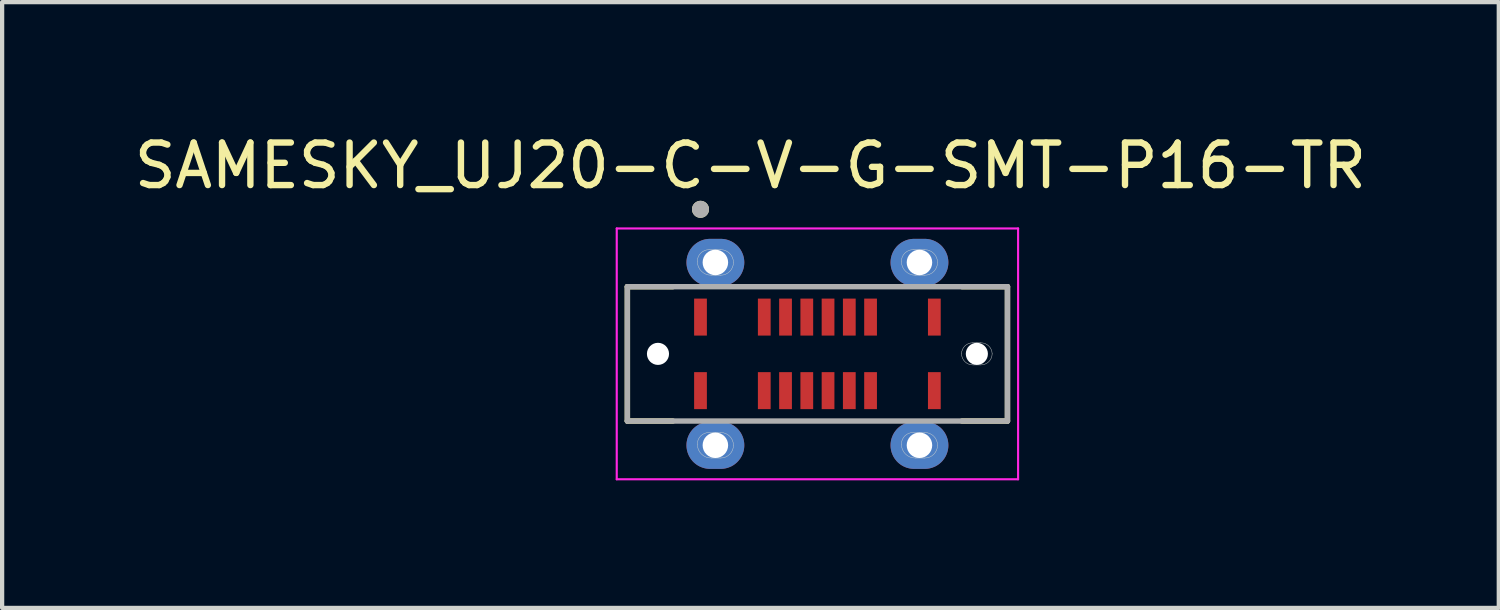
<source format=kicad_pcb>
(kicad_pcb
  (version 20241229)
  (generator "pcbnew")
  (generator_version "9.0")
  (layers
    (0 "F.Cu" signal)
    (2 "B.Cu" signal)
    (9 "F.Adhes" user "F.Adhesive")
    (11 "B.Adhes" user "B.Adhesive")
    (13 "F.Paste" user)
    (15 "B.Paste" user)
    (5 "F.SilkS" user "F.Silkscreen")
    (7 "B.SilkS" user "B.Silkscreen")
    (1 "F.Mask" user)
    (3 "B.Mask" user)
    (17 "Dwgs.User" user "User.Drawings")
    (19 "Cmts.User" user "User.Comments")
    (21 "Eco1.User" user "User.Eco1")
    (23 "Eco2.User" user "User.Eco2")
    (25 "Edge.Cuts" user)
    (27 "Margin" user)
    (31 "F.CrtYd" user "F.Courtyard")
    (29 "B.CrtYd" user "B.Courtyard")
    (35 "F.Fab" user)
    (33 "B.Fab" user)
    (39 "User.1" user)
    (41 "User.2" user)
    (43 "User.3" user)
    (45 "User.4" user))
  (footprint "SAMESKY_UJ20-C-V-G-SMT-P16-TR"
    (layer "F.Cu")
    (at 16.176 5.273)
    (property "Reference" "SAMESKY_UJ20-C-V-G-SMT-P16-TR" (at -1.575 -4.425 0) (layer "F.SilkS") (effects (font (size 1 1) (thickness 0.15))))
    (attr smd)
    (fp_poly (pts (xy 3.75 -0.36) (xy 3.66 -0.36) (xy 3.641 -0.36) (xy 3.622 -0.358) (xy 3.604 -0.356) (xy 3.585 -0.352) (xy 3.567 -0.348) (xy 3.549 -0.342) (xy 3.531 -0.336) (xy 3.514 -0.329) (xy 3.497 -0.321) (xy 3.48 -0.312) (xy 3.464 -0.302) (xy 3.448 -0.291) (xy 3.433 -0.28) (xy 3.419 -0.268) (xy 3.405 -0.255) (xy 3.392 -0.241) (xy 3.38 -0.227) (xy 3.369 -0.212) (xy 3.358 -0.196) (xy 3.348 -0.18) (xy 3.339 -0.163) (xy 3.331 -0.146) (xy 3.324 -0.129) (xy 3.318 -0.111) (xy 3.312 -0.093) (xy 3.308 -0.075) (xy 3.304 -0.056) (xy 3.302 -0.038) (xy 3.3 -0.019) (xy 3.3 0) (xy 3.3 0.019) (xy 3.302 0.038) (xy 3.304 0.056) (xy 3.308 0.075) (xy 3.312 0.093) (xy 3.318 0.111) (xy 3.324 0.129) (xy 3.331 0.146) (xy 3.339 0.163) (xy 3.348 0.18) (xy 3.358 0.196) (xy 3.369 0.212) (xy 3.38 0.227) (xy 3.392 0.241) (xy 3.405 0.255) (xy 3.419 0.268) (xy 3.433 0.28) (xy 3.448 0.291) (xy 3.464 0.302) (xy 3.48 0.312) (xy 3.497 0.321) (xy 3.514 0.329) (xy 3.531 0.336) (xy 3.549 0.342) (xy 3.567 0.348) (xy 3.585 0.352) (xy 3.604 0.356) (xy 3.622 0.358) (xy 3.641 0.36) (xy 3.66 0.36) (xy 3.75 0.36) (xy 3.84 0.36) (xy 3.859 0.36) (xy 3.878 0.358) (xy 3.896 0.356) (xy 3.915 0.352) (xy 3.933 0.348) (xy 3.951 0.342) (xy 3.969 0.336) (xy 3.986 0.329) (xy 4.003 0.321) (xy 4.02 0.312) (xy 4.036 0.302) (xy 4.052 0.291) (xy 4.067 0.28) (xy 4.081 0.268) (xy 4.095 0.255) (xy 4.108 0.241) (xy 4.12 0.227) (xy 4.131 0.212) (xy 4.142 0.196) (xy 4.152 0.18) (xy 4.161 0.163) (xy 4.169 0.146) (xy 4.176 0.129) (xy 4.182 0.111) (xy 4.188 0.093) (xy 4.192 0.075) (xy 4.196 0.056) (xy 4.198 0.038) (xy 4.2 0.019) (xy 4.2 0) (xy 4.2 -0.019) (xy 4.198 -0.038) (xy 4.196 -0.056) (xy 4.192 -0.075) (xy 4.188 -0.093) (xy 4.182 -0.111) (xy 4.176 -0.129) (xy 4.169 -0.146) (xy 4.161 -0.163) (xy 4.152 -0.18) (xy 4.142 -0.196) (xy 4.131 -0.212) (xy 4.12 -0.227) (xy 4.108 -0.241) (xy 4.095 -0.255) (xy 4.081 -0.268) (xy 4.067 -0.28) (xy 4.052 -0.291) (xy 4.036 -0.302) (xy 4.02 -0.312) (xy 4.003 -0.321) (xy 3.986 -0.329) (xy 3.969 -0.336) (xy 3.951 -0.342) (xy 3.933 -0.348) (xy 3.915 -0.352) (xy 3.896 -0.356) (xy 3.878 -0.358) (xy 3.859 -0.36) (xy 3.84 -0.36) (xy 3.75 -0.36)) (stroke (width 0.01) (type solid)) (fill yes) (layer "F.Mask"))
    (fp_poly (pts (xy -2.4 -2.8) (xy -2.525 -2.8) (xy -2.559 -2.799) (xy -2.593 -2.796) (xy -2.627 -2.792) (xy -2.66 -2.786) (xy -2.693 -2.778) (xy -2.726 -2.768) (xy -2.758 -2.757) (xy -2.789 -2.744) (xy -2.82 -2.729) (xy -2.85 -2.713) (xy -2.879 -2.695) (xy -2.907 -2.676) (xy -2.934 -2.655) (xy -2.96 -2.633) (xy -2.985 -2.61) (xy -3.008 -2.585) (xy -3.03 -2.559) (xy -3.051 -2.532) (xy -3.07 -2.504) (xy -3.088 -2.475) (xy -3.104 -2.445) (xy -3.119 -2.414) (xy -3.132 -2.383) (xy -3.143 -2.351) (xy -3.153 -2.318) (xy -3.161 -2.285) (xy -3.167 -2.252) (xy -3.171 -2.218) (xy -3.174 -2.184) (xy -3.175 -2.15) (xy -3.174 -2.116) (xy -3.171 -2.082) (xy -3.167 -2.048) (xy -3.161 -2.015) (xy -3.153 -1.982) (xy -3.143 -1.949) (xy -3.132 -1.917) (xy -3.119 -1.886) (xy -3.104 -1.855) (xy -3.088 -1.825) (xy -3.07 -1.796) (xy -3.051 -1.768) (xy -3.03 -1.741) (xy -3.008 -1.715) (xy -2.985 -1.69) (xy -2.96 -1.667) (xy -2.934 -1.645) (xy -2.907 -1.624) (xy -2.879 -1.605) (xy -2.85 -1.587) (xy -2.82 -1.571) (xy -2.789 -1.556) (xy -2.758 -1.543) (xy -2.726 -1.532) (xy -2.693 -1.522) (xy -2.66 -1.514) (xy -2.627 -1.508) (xy -2.593 -1.504) (xy -2.559 -1.501) (xy -2.525 -1.5) (xy -2.425 -1.5) (xy -2.4 -1.5) (xy -2.275 -1.5) (xy -2.241 -1.501) (xy -2.207 -1.504) (xy -2.173 -1.508) (xy -2.14 -1.514) (xy -2.107 -1.522) (xy -2.074 -1.532) (xy -2.042 -1.543) (xy -2.011 -1.556) (xy -1.98 -1.571) (xy -1.95 -1.587) (xy -1.921 -1.605) (xy -1.893 -1.624) (xy -1.866 -1.645) (xy -1.84 -1.667) (xy -1.815 -1.69) (xy -1.792 -1.715) (xy -1.77 -1.741) (xy -1.749 -1.768) (xy -1.73 -1.796) (xy -1.712 -1.825) (xy -1.696 -1.855) (xy -1.681 -1.886) (xy -1.668 -1.917) (xy -1.657 -1.949) (xy -1.647 -1.982) (xy -1.639 -2.015) (xy -1.633 -2.048) (xy -1.629 -2.082) (xy -1.626 -2.116) (xy -1.625 -2.15) (xy -1.626 -2.184) (xy -1.629 -2.218) (xy -1.633 -2.252) (xy -1.639 -2.285) (xy -1.647 -2.318) (xy -1.657 -2.351) (xy -1.668 -2.383) (xy -1.681 -2.414) (xy -1.696 -2.445) (xy -1.712 -2.475) (xy -1.73 -2.504) (xy -1.749 -2.532) (xy -1.77 -2.559) (xy -1.792 -2.585) (xy -1.815 -2.61) (xy -1.84 -2.633) (xy -1.866 -2.655) (xy -1.893 -2.676) (xy -1.921 -2.695) (xy -1.95 -2.713) (xy -1.98 -2.729) (xy -2.011 -2.744) (xy -2.042 -2.757) (xy -2.074 -2.768) (xy -2.107 -2.778) (xy -2.14 -2.786) (xy -2.173 -2.792) (xy -2.207 -2.796) (xy -2.241 -2.799) (xy -2.275 -2.8) (xy -2.4 -2.8)) (stroke (width 0.01) (type solid)) (fill yes) (layer "F.Mask"))
    (fp_poly (pts (xy -2.4 1.5) (xy -2.525 1.5) (xy -2.559 1.501) (xy -2.593 1.504) (xy -2.627 1.508) (xy -2.66 1.514) (xy -2.693 1.522) (xy -2.726 1.532) (xy -2.758 1.543) (xy -2.789 1.556) (xy -2.82 1.571) (xy -2.85 1.587) (xy -2.879 1.605) (xy -2.907 1.624) (xy -2.934 1.645) (xy -2.96 1.667) (xy -2.985 1.69) (xy -3.008 1.715) (xy -3.03 1.741) (xy -3.051 1.768) (xy -3.07 1.796) (xy -3.088 1.825) (xy -3.104 1.855) (xy -3.119 1.886) (xy -3.132 1.917) (xy -3.143 1.949) (xy -3.153 1.982) (xy -3.161 2.015) (xy -3.167 2.048) (xy -3.171 2.082) (xy -3.174 2.116) (xy -3.175 2.15) (xy -3.174 2.184) (xy -3.171 2.218) (xy -3.167 2.252) (xy -3.161 2.285) (xy -3.153 2.318) (xy -3.143 2.351) (xy -3.132 2.383) (xy -3.119 2.414) (xy -3.104 2.445) (xy -3.088 2.475) (xy -3.07 2.504) (xy -3.051 2.532) (xy -3.03 2.559) (xy -3.008 2.585) (xy -2.985 2.61) (xy -2.96 2.633) (xy -2.934 2.655) (xy -2.907 2.676) (xy -2.879 2.695) (xy -2.85 2.713) (xy -2.82 2.729) (xy -2.789 2.744) (xy -2.758 2.757) (xy -2.726 2.768) (xy -2.693 2.778) (xy -2.66 2.786) (xy -2.627 2.792) (xy -2.593 2.796) (xy -2.559 2.799) (xy -2.525 2.8) (xy -2.425 2.8) (xy -2.4 2.8) (xy -2.275 2.8) (xy -2.241 2.799) (xy -2.207 2.796) (xy -2.173 2.792) (xy -2.14 2.786) (xy -2.107 2.778) (xy -2.074 2.768) (xy -2.042 2.757) (xy -2.011 2.744) (xy -1.98 2.729) (xy -1.95 2.713) (xy -1.921 2.695) (xy -1.893 2.676) (xy -1.866 2.655) (xy -1.84 2.633) (xy -1.815 2.61) (xy -1.792 2.585) (xy -1.77 2.559) (xy -1.749 2.532) (xy -1.73 2.504) (xy -1.712 2.475) (xy -1.696 2.445) (xy -1.681 2.414) (xy -1.668 2.383) (xy -1.657 2.351) (xy -1.647 2.318) (xy -1.639 2.285) (xy -1.633 2.252) (xy -1.629 2.218) (xy -1.626 2.184) (xy -1.625 2.15) (xy -1.626 2.116) (xy -1.629 2.082) (xy -1.633 2.048) (xy -1.639 2.015) (xy -1.647 1.982) (xy -1.657 1.949) (xy -1.668 1.917) (xy -1.681 1.886) (xy -1.696 1.855) (xy -1.712 1.825) (xy -1.73 1.796) (xy -1.749 1.768) (xy -1.77 1.741) (xy -1.792 1.715) (xy -1.815 1.69) (xy -1.84 1.667) (xy -1.866 1.645) (xy -1.893 1.624) (xy -1.921 1.605) (xy -1.95 1.587) (xy -1.98 1.571) (xy -2.011 1.556) (xy -2.042 1.543) (xy -2.074 1.532) (xy -2.107 1.522) (xy -2.14 1.514) (xy -2.173 1.508) (xy -2.207 1.504) (xy -2.241 1.501) (xy -2.275 1.5) (xy -2.4 1.5)) (stroke (width 0.01) (type solid)) (fill yes) (layer "F.Mask"))
    (fp_poly (pts (xy 2.4 -2.8) (xy 2.275 -2.8) (xy 2.241 -2.799) (xy 2.207 -2.796) (xy 2.173 -2.792) (xy 2.14 -2.786) (xy 2.107 -2.778) (xy 2.074 -2.768) (xy 2.042 -2.757) (xy 2.011 -2.744) (xy 1.98 -2.729) (xy 1.95 -2.713) (xy 1.921 -2.695) (xy 1.893 -2.676) (xy 1.866 -2.655) (xy 1.84 -2.633) (xy 1.815 -2.61) (xy 1.792 -2.585) (xy 1.77 -2.559) (xy 1.749 -2.532) (xy 1.73 -2.504) (xy 1.712 -2.475) (xy 1.696 -2.445) (xy 1.681 -2.414) (xy 1.668 -2.383) (xy 1.657 -2.351) (xy 1.647 -2.318) (xy 1.639 -2.285) (xy 1.633 -2.252) (xy 1.629 -2.218) (xy 1.626 -2.184) (xy 1.625 -2.15) (xy 1.626 -2.116) (xy 1.629 -2.082) (xy 1.633 -2.048) (xy 1.639 -2.015) (xy 1.647 -1.982) (xy 1.657 -1.949) (xy 1.668 -1.917) (xy 1.681 -1.886) (xy 1.696 -1.855) (xy 1.712 -1.825) (xy 1.73 -1.796) (xy 1.749 -1.768) (xy 1.77 -1.741) (xy 1.792 -1.715) (xy 1.815 -1.69) (xy 1.84 -1.667) (xy 1.866 -1.645) (xy 1.893 -1.624) (xy 1.921 -1.605) (xy 1.95 -1.587) (xy 1.98 -1.571) (xy 2.011 -1.556) (xy 2.042 -1.543) (xy 2.074 -1.532) (xy 2.107 -1.522) (xy 2.14 -1.514) (xy 2.173 -1.508) (xy 2.207 -1.504) (xy 2.241 -1.501) (xy 2.275 -1.5) (xy 2.375 -1.5) (xy 2.4 -1.5) (xy 2.525 -1.5) (xy 2.559 -1.501) (xy 2.593 -1.504) (xy 2.627 -1.508) (xy 2.66 -1.514) (xy 2.693 -1.522) (xy 2.726 -1.532) (xy 2.758 -1.543) (xy 2.789 -1.556) (xy 2.82 -1.571) (xy 2.85 -1.587) (xy 2.879 -1.605) (xy 2.907 -1.624) (xy 2.934 -1.645) (xy 2.96 -1.667) (xy 2.985 -1.69) (xy 3.008 -1.715) (xy 3.03 -1.741) (xy 3.051 -1.768) (xy 3.07 -1.796) (xy 3.088 -1.825) (xy 3.104 -1.855) (xy 3.119 -1.886) (xy 3.132 -1.917) (xy 3.143 -1.949) (xy 3.153 -1.982) (xy 3.161 -2.015) (xy 3.167 -2.048) (xy 3.171 -2.082) (xy 3.174 -2.116) (xy 3.175 -2.15) (xy 3.174 -2.184) (xy 3.171 -2.218) (xy 3.167 -2.252) (xy 3.161 -2.285) (xy 3.153 -2.318) (xy 3.143 -2.351) (xy 3.132 -2.383) (xy 3.119 -2.414) (xy 3.104 -2.445) (xy 3.088 -2.475) (xy 3.07 -2.504) (xy 3.051 -2.532) (xy 3.03 -2.559) (xy 3.008 -2.585) (xy 2.985 -2.61) (xy 2.96 -2.633) (xy 2.934 -2.655) (xy 2.907 -2.676) (xy 2.879 -2.695) (xy 2.85 -2.713) (xy 2.82 -2.729) (xy 2.789 -2.744) (xy 2.758 -2.757) (xy 2.726 -2.768) (xy 2.693 -2.778) (xy 2.66 -2.786) (xy 2.627 -2.792) (xy 2.593 -2.796) (xy 2.559 -2.799) (xy 2.525 -2.8) (xy 2.4 -2.8)) (stroke (width 0.01) (type solid)) (fill yes) (layer "F.Mask"))
    (fp_poly (pts (xy 2.4 1.5) (xy 2.275 1.5) (xy 2.241 1.501) (xy 2.207 1.504) (xy 2.173 1.508) (xy 2.14 1.514) (xy 2.107 1.522) (xy 2.074 1.532) (xy 2.042 1.543) (xy 2.011 1.556) (xy 1.98 1.571) (xy 1.95 1.587) (xy 1.921 1.605) (xy 1.893 1.624) (xy 1.866 1.645) (xy 1.84 1.667) (xy 1.815 1.69) (xy 1.792 1.715) (xy 1.77 1.741) (xy 1.749 1.768) (xy 1.73 1.796) (xy 1.712 1.825) (xy 1.696 1.855) (xy 1.681 1.886) (xy 1.668 1.917) (xy 1.657 1.949) (xy 1.647 1.982) (xy 1.639 2.015) (xy 1.633 2.048) (xy 1.629 2.082) (xy 1.626 2.116) (xy 1.625 2.15) (xy 1.626 2.184) (xy 1.629 2.218) (xy 1.633 2.252) (xy 1.639 2.285) (xy 1.647 2.318) (xy 1.657 2.351) (xy 1.668 2.383) (xy 1.681 2.414) (xy 1.696 2.445) (xy 1.712 2.475) (xy 1.73 2.504) (xy 1.749 2.532) (xy 1.77 2.559) (xy 1.792 2.585) (xy 1.815 2.61) (xy 1.84 2.633) (xy 1.866 2.655) (xy 1.893 2.676) (xy 1.921 2.695) (xy 1.95 2.713) (xy 1.98 2.729) (xy 2.011 2.744) (xy 2.042 2.757) (xy 2.074 2.768) (xy 2.107 2.778) (xy 2.14 2.786) (xy 2.173 2.792) (xy 2.207 2.796) (xy 2.241 2.799) (xy 2.275 2.8) (xy 2.375 2.8) (xy 2.4 2.8) (xy 2.525 2.8) (xy 2.559 2.799) (xy 2.593 2.796) (xy 2.627 2.792) (xy 2.66 2.786) (xy 2.693 2.778) (xy 2.726 2.768) (xy 2.758 2.757) (xy 2.789 2.744) (xy 2.82 2.729) (xy 2.85 2.713) (xy 2.879 2.695) (xy 2.907 2.676) (xy 2.934 2.655) (xy 2.96 2.633) (xy 2.985 2.61) (xy 3.008 2.585) (xy 3.03 2.559) (xy 3.051 2.532) (xy 3.07 2.504) (xy 3.088 2.475) (xy 3.104 2.445) (xy 3.119 2.414) (xy 3.132 2.383) (xy 3.143 2.351) (xy 3.153 2.318) (xy 3.161 2.285) (xy 3.167 2.252) (xy 3.171 2.218) (xy 3.174 2.184) (xy 3.175 2.15) (xy 3.174 2.116) (xy 3.171 2.082) (xy 3.167 2.048) (xy 3.161 2.015) (xy 3.153 1.982) (xy 3.143 1.949) (xy 3.132 1.917) (xy 3.119 1.886) (xy 3.104 1.855) (xy 3.088 1.825) (xy 3.07 1.796) (xy 3.051 1.768) (xy 3.03 1.741) (xy 3.008 1.715) (xy 2.985 1.69) (xy 2.96 1.667) (xy 2.934 1.645) (xy 2.907 1.624) (xy 2.879 1.605) (xy 2.85 1.587) (xy 2.82 1.571) (xy 2.789 1.556) (xy 2.758 1.543) (xy 2.726 1.532) (xy 2.693 1.522) (xy 2.66 1.514) (xy 2.627 1.508) (xy 2.593 1.504) (xy 2.559 1.501) (xy 2.525 1.5) (xy 2.4 1.5)) (stroke (width 0.01) (type solid)) (fill yes) (layer "F.Mask"))
    (fp_poly (pts (xy -2.4 -2.8) (xy -2.525 -2.8) (xy -2.559 -2.799) (xy -2.593 -2.796) (xy -2.627 -2.792) (xy -2.66 -2.786) (xy -2.693 -2.778) (xy -2.726 -2.768) (xy -2.758 -2.757) (xy -2.789 -2.744) (xy -2.82 -2.729) (xy -2.85 -2.713) (xy -2.879 -2.695) (xy -2.907 -2.676) (xy -2.934 -2.655) (xy -2.96 -2.633) (xy -2.985 -2.61) (xy -3.008 -2.585) (xy -3.03 -2.559) (xy -3.051 -2.532) (xy -3.07 -2.504) (xy -3.088 -2.475) (xy -3.104 -2.445) (xy -3.119 -2.414) (xy -3.132 -2.383) (xy -3.143 -2.351) (xy -3.153 -2.318) (xy -3.161 -2.285) (xy -3.167 -2.252) (xy -3.171 -2.218) (xy -3.174 -2.184) (xy -3.175 -2.15) (xy -3.174 -2.116) (xy -3.171 -2.082) (xy -3.167 -2.048) (xy -3.161 -2.015) (xy -3.153 -1.982) (xy -3.143 -1.949) (xy -3.132 -1.917) (xy -3.119 -1.886) (xy -3.104 -1.855) (xy -3.088 -1.825) (xy -3.07 -1.796) (xy -3.051 -1.768) (xy -3.03 -1.741) (xy -3.008 -1.715) (xy -2.985 -1.69) (xy -2.96 -1.667) (xy -2.934 -1.645) (xy -2.907 -1.624) (xy -2.879 -1.605) (xy -2.85 -1.587) (xy -2.82 -1.571) (xy -2.789 -1.556) (xy -2.758 -1.543) (xy -2.726 -1.532) (xy -2.693 -1.522) (xy -2.66 -1.514) (xy -2.627 -1.508) (xy -2.593 -1.504) (xy -2.559 -1.501) (xy -2.525 -1.5) (xy -2.4 -1.5) (xy -2.275 -1.5) (xy -2.241 -1.501) (xy -2.207 -1.504) (xy -2.173 -1.508) (xy -2.14 -1.514) (xy -2.107 -1.522) (xy -2.074 -1.532) (xy -2.042 -1.543) (xy -2.011 -1.556) (xy -1.98 -1.571) (xy -1.95 -1.587) (xy -1.921 -1.605) (xy -1.893 -1.624) (xy -1.866 -1.645) (xy -1.84 -1.667) (xy -1.815 -1.69) (xy -1.792 -1.715) (xy -1.77 -1.741) (xy -1.749 -1.768) (xy -1.73 -1.796) (xy -1.712 -1.825) (xy -1.696 -1.855) (xy -1.681 -1.886) (xy -1.668 -1.917) (xy -1.657 -1.949) (xy -1.647 -1.982) (xy -1.639 -2.015) (xy -1.633 -2.048) (xy -1.629 -2.082) (xy -1.626 -2.116) (xy -1.625 -2.15) (xy -1.626 -2.184) (xy -1.629 -2.218) (xy -1.633 -2.252) (xy -1.639 -2.285) (xy -1.647 -2.318) (xy -1.657 -2.351) (xy -1.668 -2.383) (xy -1.681 -2.414) (xy -1.696 -2.445) (xy -1.712 -2.475) (xy -1.73 -2.504) (xy -1.749 -2.532) (xy -1.77 -2.559) (xy -1.792 -2.585) (xy -1.815 -2.61) (xy -1.84 -2.633) (xy -1.866 -2.655) (xy -1.893 -2.676) (xy -1.921 -2.695) (xy -1.95 -2.713) (xy -1.98 -2.729) (xy -2.011 -2.744) (xy -2.042 -2.757) (xy -2.074 -2.768) (xy -2.107 -2.778) (xy -2.14 -2.786) (xy -2.173 -2.792) (xy -2.207 -2.796) (xy -2.241 -2.799) (xy -2.275 -2.8) (xy -2.4 -2.8)) (stroke (width 0.01) (type solid)) (fill yes) (layer "B.Mask"))
    (fp_poly (pts (xy -2.4 1.5) (xy -2.525 1.5) (xy -2.559 1.501) (xy -2.593 1.504) (xy -2.627 1.508) (xy -2.66 1.514) (xy -2.693 1.522) (xy -2.726 1.532) (xy -2.758 1.543) (xy -2.789 1.556) (xy -2.82 1.571) (xy -2.85 1.587) (xy -2.879 1.605) (xy -2.907 1.624) (xy -2.934 1.645) (xy -2.96 1.667) (xy -2.985 1.69) (xy -3.008 1.715) (xy -3.03 1.741) (xy -3.051 1.768) (xy -3.07 1.796) (xy -3.088 1.825) (xy -3.104 1.855) (xy -3.119 1.886) (xy -3.132 1.917) (xy -3.143 1.949) (xy -3.153 1.982) (xy -3.161 2.015) (xy -3.167 2.048) (xy -3.171 2.082) (xy -3.174 2.116) (xy -3.175 2.15) (xy -3.174 2.184) (xy -3.171 2.218) (xy -3.167 2.252) (xy -3.161 2.285) (xy -3.153 2.318) (xy -3.143 2.351) (xy -3.132 2.383) (xy -3.119 2.414) (xy -3.104 2.445) (xy -3.088 2.475) (xy -3.07 2.504) (xy -3.051 2.532) (xy -3.03 2.559) (xy -3.008 2.585) (xy -2.985 2.61) (xy -2.96 2.633) (xy -2.934 2.655) (xy -2.907 2.676) (xy -2.879 2.695) (xy -2.85 2.713) (xy -2.82 2.729) (xy -2.789 2.744) (xy -2.758 2.757) (xy -2.726 2.768) (xy -2.693 2.778) (xy -2.66 2.786) (xy -2.627 2.792) (xy -2.593 2.796) (xy -2.559 2.799) (xy -2.525 2.8) (xy -2.4 2.8) (xy -2.275 2.8) (xy -2.241 2.799) (xy -2.207 2.796) (xy -2.173 2.792) (xy -2.14 2.786) (xy -2.107 2.778) (xy -2.074 2.768) (xy -2.042 2.757) (xy -2.011 2.744) (xy -1.98 2.729) (xy -1.95 2.713) (xy -1.921 2.695) (xy -1.893 2.676) (xy -1.866 2.655) (xy -1.84 2.633) (xy -1.815 2.61) (xy -1.792 2.585) (xy -1.77 2.559) (xy -1.749 2.532) (xy -1.73 2.504) (xy -1.712 2.475) (xy -1.696 2.445) (xy -1.681 2.414) (xy -1.668 2.383) (xy -1.657 2.351) (xy -1.647 2.318) (xy -1.639 2.285) (xy -1.633 2.252) (xy -1.629 2.218) (xy -1.626 2.184) (xy -1.625 2.15) (xy -1.626 2.116) (xy -1.629 2.082) (xy -1.633 2.048) (xy -1.639 2.015) (xy -1.647 1.982) (xy -1.657 1.949) (xy -1.668 1.917) (xy -1.681 1.886) (xy -1.696 1.855) (xy -1.712 1.825) (xy -1.73 1.796) (xy -1.749 1.768) (xy -1.77 1.741) (xy -1.792 1.715) (xy -1.815 1.69) (xy -1.84 1.667) (xy -1.866 1.645) (xy -1.893 1.624) (xy -1.921 1.605) (xy -1.95 1.587) (xy -1.98 1.571) (xy -2.011 1.556) (xy -2.042 1.543) (xy -2.074 1.532) (xy -2.107 1.522) (xy -2.14 1.514) (xy -2.173 1.508) (xy -2.207 1.504) (xy -2.241 1.501) (xy -2.275 1.5) (xy -2.4 1.5)) (stroke (width 0.01) (type solid)) (fill yes) (layer "B.Mask"))
    (fp_poly (pts (xy 2.4 -2.8) (xy 2.275 -2.8) (xy 2.241 -2.799) (xy 2.207 -2.796) (xy 2.173 -2.792) (xy 2.14 -2.786) (xy 2.107 -2.778) (xy 2.074 -2.768) (xy 2.042 -2.757) (xy 2.011 -2.744) (xy 1.98 -2.729) (xy 1.95 -2.713) (xy 1.921 -2.695) (xy 1.893 -2.676) (xy 1.866 -2.655) (xy 1.84 -2.633) (xy 1.815 -2.61) (xy 1.792 -2.585) (xy 1.77 -2.559) (xy 1.749 -2.532) (xy 1.73 -2.504) (xy 1.712 -2.475) (xy 1.696 -2.445) (xy 1.681 -2.414) (xy 1.668 -2.383) (xy 1.657 -2.351) (xy 1.647 -2.318) (xy 1.639 -2.285) (xy 1.633 -2.252) (xy 1.629 -2.218) (xy 1.626 -2.184) (xy 1.625 -2.15) (xy 1.626 -2.116) (xy 1.629 -2.082) (xy 1.633 -2.048) (xy 1.639 -2.015) (xy 1.647 -1.982) (xy 1.657 -1.949) (xy 1.668 -1.917) (xy 1.681 -1.886) (xy 1.696 -1.855) (xy 1.712 -1.825) (xy 1.73 -1.796) (xy 1.749 -1.768) (xy 1.77 -1.741) (xy 1.792 -1.715) (xy 1.815 -1.69) (xy 1.84 -1.667) (xy 1.866 -1.645) (xy 1.893 -1.624) (xy 1.921 -1.605) (xy 1.95 -1.587) (xy 1.98 -1.571) (xy 2.011 -1.556) (xy 2.042 -1.543) (xy 2.074 -1.532) (xy 2.107 -1.522) (xy 2.14 -1.514) (xy 2.173 -1.508) (xy 2.207 -1.504) (xy 2.241 -1.501) (xy 2.275 -1.5) (xy 2.4 -1.5) (xy 2.525 -1.5) (xy 2.559 -1.501) (xy 2.593 -1.504) (xy 2.627 -1.508) (xy 2.66 -1.514) (xy 2.693 -1.522) (xy 2.726 -1.532) (xy 2.758 -1.543) (xy 2.789 -1.556) (xy 2.82 -1.571) (xy 2.85 -1.587) (xy 2.879 -1.605) (xy 2.907 -1.624) (xy 2.934 -1.645) (xy 2.96 -1.667) (xy 2.985 -1.69) (xy 3.008 -1.715) (xy 3.03 -1.741) (xy 3.051 -1.768) (xy 3.07 -1.796) (xy 3.088 -1.825) (xy 3.104 -1.855) (xy 3.119 -1.886) (xy 3.132 -1.917) (xy 3.143 -1.949) (xy 3.153 -1.982) (xy 3.161 -2.015) (xy 3.167 -2.048) (xy 3.171 -2.082) (xy 3.174 -2.116) (xy 3.175 -2.15) (xy 3.174 -2.184) (xy 3.171 -2.218) (xy 3.167 -2.252) (xy 3.161 -2.285) (xy 3.153 -2.318) (xy 3.143 -2.351) (xy 3.132 -2.383) (xy 3.119 -2.414) (xy 3.104 -2.445) (xy 3.088 -2.475) (xy 3.07 -2.504) (xy 3.051 -2.532) (xy 3.03 -2.559) (xy 3.008 -2.585) (xy 2.985 -2.61) (xy 2.96 -2.633) (xy 2.934 -2.655) (xy 2.907 -2.676) (xy 2.879 -2.695) (xy 2.85 -2.713) (xy 2.82 -2.729) (xy 2.789 -2.744) (xy 2.758 -2.757) (xy 2.726 -2.768) (xy 2.693 -2.778) (xy 2.66 -2.786) (xy 2.627 -2.792) (xy 2.593 -2.796) (xy 2.559 -2.799) (xy 2.525 -2.8) (xy 2.4 -2.8)) (stroke (width 0.01) (type solid)) (fill yes) (layer "B.Mask"))
    (fp_poly (pts (xy 2.4 1.5) (xy 2.275 1.5) (xy 2.241 1.501) (xy 2.207 1.504) (xy 2.173 1.508) (xy 2.14 1.514) (xy 2.107 1.522) (xy 2.074 1.532) (xy 2.042 1.543) (xy 2.011 1.556) (xy 1.98 1.571) (xy 1.95 1.587) (xy 1.921 1.605) (xy 1.893 1.624) (xy 1.866 1.645) (xy 1.84 1.667) (xy 1.815 1.69) (xy 1.792 1.715) (xy 1.77 1.741) (xy 1.749 1.768) (xy 1.73 1.796) (xy 1.712 1.825) (xy 1.696 1.855) (xy 1.681 1.886) (xy 1.668 1.917) (xy 1.657 1.949) (xy 1.647 1.982) (xy 1.639 2.015) (xy 1.633 2.048) (xy 1.629 2.082) (xy 1.626 2.116) (xy 1.625 2.15) (xy 1.626 2.184) (xy 1.629 2.218) (xy 1.633 2.252) (xy 1.639 2.285) (xy 1.647 2.318) (xy 1.657 2.351) (xy 1.668 2.383) (xy 1.681 2.414) (xy 1.696 2.445) (xy 1.712 2.475) (xy 1.73 2.504) (xy 1.749 2.532) (xy 1.77 2.559) (xy 1.792 2.585) (xy 1.815 2.61) (xy 1.84 2.633) (xy 1.866 2.655) (xy 1.893 2.676) (xy 1.921 2.695) (xy 1.95 2.713) (xy 1.98 2.729) (xy 2.011 2.744) (xy 2.042 2.757) (xy 2.074 2.768) (xy 2.107 2.778) (xy 2.14 2.786) (xy 2.173 2.792) (xy 2.207 2.796) (xy 2.241 2.799) (xy 2.275 2.8) (xy 2.4 2.8) (xy 2.525 2.8) (xy 2.559 2.799) (xy 2.593 2.796) (xy 2.627 2.792) (xy 2.66 2.786) (xy 2.693 2.778) (xy 2.726 2.768) (xy 2.758 2.757) (xy 2.789 2.744) (xy 2.82 2.729) (xy 2.85 2.713) (xy 2.879 2.695) (xy 2.907 2.676) (xy 2.934 2.655) (xy 2.96 2.633) (xy 2.985 2.61) (xy 3.008 2.585) (xy 3.03 2.559) (xy 3.051 2.532) (xy 3.07 2.504) (xy 3.088 2.475) (xy 3.104 2.445) (xy 3.119 2.414) (xy 3.132 2.383) (xy 3.143 2.351) (xy 3.153 2.318) (xy 3.161 2.285) (xy 3.167 2.252) (xy 3.171 2.218) (xy 3.174 2.184) (xy 3.175 2.15) (xy 3.174 2.116) (xy 3.171 2.082) (xy 3.167 2.048) (xy 3.161 2.015) (xy 3.153 1.982) (xy 3.143 1.949) (xy 3.132 1.917) (xy 3.119 1.886) (xy 3.104 1.855) (xy 3.088 1.825) (xy 3.07 1.796) (xy 3.051 1.768) (xy 3.03 1.741) (xy 3.008 1.715) (xy 2.985 1.69) (xy 2.96 1.667) (xy 2.934 1.645) (xy 2.907 1.624) (xy 2.879 1.605) (xy 2.85 1.587) (xy 2.82 1.571) (xy 2.789 1.556) (xy 2.758 1.543) (xy 2.726 1.532) (xy 2.693 1.522) (xy 2.66 1.514) (xy 2.627 1.508) (xy 2.593 1.504) (xy 2.559 1.501) (xy 2.525 1.5) (xy 2.4 1.5)) (stroke (width 0.01) (type solid)) (fill yes) (layer "B.Mask"))
    (fp_poly (pts (xy 3.75 -0.36) (xy 3.66 -0.36) (xy 3.641 -0.36) (xy 3.622 -0.358) (xy 3.604 -0.356) (xy 3.585 -0.352) (xy 3.567 -0.348) (xy 3.549 -0.342) (xy 3.531 -0.336) (xy 3.514 -0.329) (xy 3.497 -0.321) (xy 3.48 -0.312) (xy 3.464 -0.302) (xy 3.448 -0.291) (xy 3.433 -0.28) (xy 3.419 -0.268) (xy 3.405 -0.255) (xy 3.392 -0.241) (xy 3.38 -0.227) (xy 3.369 -0.212) (xy 3.358 -0.196) (xy 3.348 -0.18) (xy 3.339 -0.163) (xy 3.331 -0.146) (xy 3.324 -0.129) (xy 3.318 -0.111) (xy 3.312 -0.093) (xy 3.308 -0.075) (xy 3.304 -0.056) (xy 3.302 -0.038) (xy 3.3 -0.019) (xy 3.3 0) (xy 3.3 0.019) (xy 3.302 0.038) (xy 3.304 0.056) (xy 3.308 0.075) (xy 3.312 0.093) (xy 3.318 0.111) (xy 3.324 0.129) (xy 3.331 0.146) (xy 3.339 0.163) (xy 3.348 0.18) (xy 3.358 0.196) (xy 3.369 0.212) (xy 3.38 0.227) (xy 3.392 0.241) (xy 3.405 0.255) (xy 3.419 0.268) (xy 3.433 0.28) (xy 3.448 0.291) (xy 3.464 0.302) (xy 3.48 0.312) (xy 3.497 0.321) (xy 3.514 0.329) (xy 3.531 0.336) (xy 3.549 0.342) (xy 3.567 0.348) (xy 3.585 0.352) (xy 3.604 0.356) (xy 3.622 0.358) (xy 3.641 0.36) (xy 3.66 0.36) (xy 3.75 0.36) (xy 3.84 0.36) (xy 3.859 0.36) (xy 3.878 0.358) (xy 3.896 0.356) (xy 3.915 0.352) (xy 3.933 0.348) (xy 3.951 0.342) (xy 3.969 0.336) (xy 3.986 0.329) (xy 4.003 0.321) (xy 4.02 0.312) (xy 4.036 0.302) (xy 4.052 0.291) (xy 4.067 0.28) (xy 4.081 0.268) (xy 4.095 0.255) (xy 4.108 0.241) (xy 4.12 0.227) (xy 4.131 0.212) (xy 4.142 0.196) (xy 4.152 0.18) (xy 4.161 0.163) (xy 4.169 0.146) (xy 4.176 0.129) (xy 4.182 0.111) (xy 4.188 0.093) (xy 4.192 0.075) (xy 4.196 0.056) (xy 4.198 0.038) (xy 4.2 0.019) (xy 4.2 0) (xy 4.2 -0.019) (xy 4.198 -0.038) (xy 4.196 -0.056) (xy 4.192 -0.075) (xy 4.188 -0.093) (xy 4.182 -0.111) (xy 4.176 -0.129) (xy 4.169 -0.146) (xy 4.161 -0.163) (xy 4.152 -0.18) (xy 4.142 -0.196) (xy 4.131 -0.212) (xy 4.12 -0.227) (xy 4.108 -0.241) (xy 4.095 -0.255) (xy 4.081 -0.268) (xy 4.067 -0.28) (xy 4.052 -0.291) (xy 4.036 -0.302) (xy 4.02 -0.312) (xy 4.003 -0.321) (xy 3.986 -0.329) (xy 3.969 -0.336) (xy 3.951 -0.342) (xy 3.933 -0.348) (xy 3.915 -0.352) (xy 3.896 -0.356) (xy 3.878 -0.358) (xy 3.859 -0.36) (xy 3.84 -0.36) (xy 3.75 -0.36)) (stroke (width 0.01) (type solid)) (fill yes) (layer "B.Mask"))
    (fp_line (start -4.47 -1.58) (end -4.47 1.58) (stroke (width 0.127) (type solid)) (layer "F.SilkS"))
    (fp_line (start -4.47 1.58) (end -3.4 1.58) (stroke (width 0.127) (type solid)) (layer "F.SilkS"))
    (fp_line (start -3.4 -1.58) (end -4.47 -1.58) (stroke (width 0.127) (type solid)) (layer "F.SilkS"))
    (fp_line (start 3.4 -1.58) (end 4.47 -1.58) (stroke (width 0.127) (type solid)) (layer "F.SilkS"))
    (fp_line (start 4.47 -1.58) (end 4.47 1.58) (stroke (width 0.127) (type solid)) (layer "F.SilkS"))
    (fp_line (start 4.47 1.58) (end 3.4 1.58) (stroke (width 0.127) (type solid)) (layer "F.SilkS"))
    (fp_circle (center -2.75 -3.4) (end -2.65 -3.4) (stroke (width 0.2) (type solid)) (fill no) (layer "F.SilkS"))
    (fp_line (start -2.5 -1.85) (end -2.275 -1.85) (stroke (width 0.01) (type solid)) (layer "Edge.Cuts"))
    (fp_line (start -2.5 2.45) (end -2.275 2.45) (stroke (width 0.01) (type solid)) (layer "Edge.Cuts"))
    (fp_line (start -2.275 -2.45) (end -2.55 -2.45) (stroke (width 0.01) (type solid)) (layer "Edge.Cuts"))
    (fp_line (start -2.275 1.85) (end -2.55 1.85) (stroke (width 0.01) (type solid)) (layer "Edge.Cuts"))
    (fp_line (start 2.3 -1.85) (end 2.525 -1.85) (stroke (width 0.01) (type solid)) (layer "Edge.Cuts"))
    (fp_line (start 2.3 2.45) (end 2.525 2.45) (stroke (width 0.01) (type solid)) (layer "Edge.Cuts"))
    (fp_line (start 2.525 -2.45) (end 2.25 -2.45) (stroke (width 0.01) (type solid)) (layer "Edge.Cuts"))
    (fp_line (start 2.525 1.85) (end 2.25 1.85) (stroke (width 0.01) (type solid)) (layer "Edge.Cuts"))
    (fp_line (start 3.66 0.26) (end 3.84 0.26) (stroke (width 0.01) (type solid)) (layer "Edge.Cuts"))
    (fp_line (start 3.84 -0.26) (end 3.65 -0.26) (stroke (width 0.01) (type solid)) (layer "Edge.Cuts"))
    (fp_arc (start -2.825 -2.175) (mid -2.744454 -2.369454) (end -2.55 -2.45) (stroke (width 0.01) (type solid)) (layer "Edge.Cuts"))
    (fp_arc (start -2.825 2.125) (mid -2.744454 1.930546) (end -2.55 1.85) (stroke (width 0.01) (type solid)) (layer "Edge.Cuts"))
    (fp_arc (start -2.5 -1.85) (mid -2.72981 -1.94519) (end -2.825 -2.175) (stroke (width 0.01) (type solid)) (layer "Edge.Cuts"))
    (fp_arc (start -2.5 2.45) (mid -2.72981 2.35481) (end -2.825 2.125) (stroke (width 0.01) (type solid)) (layer "Edge.Cuts"))
    (fp_arc (start -2.275 -2.45) (mid -2.062868 -2.362132) (end -1.975 -2.15) (stroke (width 0.01) (type solid)) (layer "Edge.Cuts"))
    (fp_arc (start -2.275 1.85) (mid -2.062868 1.937868) (end -1.975 2.15) (stroke (width 0.01) (type solid)) (layer "Edge.Cuts"))
    (fp_arc (start -1.975 -2.15) (mid -2.062868 -1.937868) (end -2.275 -1.85) (stroke (width 0.01) (type solid)) (layer "Edge.Cuts"))
    (fp_arc (start -1.975 2.15) (mid -2.062868 2.362132) (end -2.275 2.45) (stroke (width 0.01) (type solid)) (layer "Edge.Cuts"))
    (fp_arc (start 1.975 -2.175) (mid 2.055546 -2.369454) (end 2.25 -2.45) (stroke (width 0.01) (type solid)) (layer "Edge.Cuts"))
    (fp_arc (start 1.975 2.125) (mid 2.055546 1.930546) (end 2.25 1.85) (stroke (width 0.01) (type solid)) (layer "Edge.Cuts"))
    (fp_arc (start 2.3 -1.85) (mid 2.07019 -1.94519) (end 1.975 -2.175) (stroke (width 0.01) (type solid)) (layer "Edge.Cuts"))
    (fp_arc (start 2.3 2.45) (mid 2.07019 2.35481) (end 1.975 2.125) (stroke (width 0.01) (type solid)) (layer "Edge.Cuts"))
    (fp_arc (start 2.525 -2.45) (mid 2.737132 -2.362132) (end 2.825 -2.15) (stroke (width 0.01) (type solid)) (layer "Edge.Cuts"))
    (fp_arc (start 2.525 1.85) (mid 2.737132 1.937868) (end 2.825 2.15) (stroke (width 0.01) (type solid)) (layer "Edge.Cuts"))
    (fp_arc (start 2.825 -2.15) (mid 2.737132 -1.937868) (end 2.525 -1.85) (stroke (width 0.01) (type solid)) (layer "Edge.Cuts"))
    (fp_arc (start 2.825 2.15) (mid 2.737132 2.362132) (end 2.525 2.45) (stroke (width 0.01) (type solid)) (layer "Edge.Cuts"))
    (fp_arc (start 3.39 0) (mid 3.466152 -0.183848) (end 3.65 -0.26) (stroke (width 0.01) (type solid)) (layer "Edge.Cuts"))
    (fp_arc (start 3.66 0.26) (mid 3.471152 0.185919) (end 3.39 0) (stroke (width 0.01) (type solid)) (layer "Edge.Cuts"))
    (fp_arc (start 3.84 -0.26) (mid 4.028848 -0.185919) (end 4.11 0) (stroke (width 0.01) (type solid)) (layer "Edge.Cuts"))
    (fp_arc (start 4.11 0) (mid 4.028848 0.185919) (end 3.84 0.26) (stroke (width 0.01) (type solid)) (layer "Edge.Cuts"))
    (fp_line (start -4.72 -2.95) (end -4.72 2.95) (stroke (width 0.05) (type solid)) (layer "F.CrtYd"))
    (fp_line (start -4.72 2.95) (end 4.72 2.95) (stroke (width 0.05) (type solid)) (layer "F.CrtYd"))
    (fp_line (start 4.72 -2.95) (end -4.72 -2.95) (stroke (width 0.05) (type solid)) (layer "F.CrtYd"))
    (fp_line (start 4.72 2.95) (end 4.72 -2.95) (stroke (width 0.05) (type solid)) (layer "F.CrtYd"))
    (fp_line (start -4.47 -1.58) (end -4.47 1.58) (stroke (width 0.127) (type solid)) (layer "F.Fab"))
    (fp_line (start -4.47 1.58) (end 4.47 1.58) (stroke (width 0.127) (type solid)) (layer "F.Fab"))
    (fp_line (start 4.47 -1.58) (end -4.47 -1.58) (stroke (width 0.127) (type solid)) (layer "F.Fab"))
    (fp_line (start 4.47 1.58) (end 4.47 -1.58) (stroke (width 0.127) (type solid)) (layer "F.Fab"))
    (fp_circle (center -2.75 -3.4) (end -2.65 -3.4) (stroke (width 0.2) (type solid)) (fill no) (layer "F.Fab"))
    (pad "" np_thru_hole circle (at -3.75 0) (size 0.52 0.52) (drill 0.52) (layers "*.Cu" "*.Mask"))
    (pad "" np_thru_hole circle (at 3.75 0) (size 0.52 0.52) (drill 0.52) (layers "*.Cu" "*.Mask"))
    (pad "A1" smd rect (at -2.75 -0.865) (size 0.3 0.87) (layers "F.Cu" "F.Mask" "F.Paste"))
    (pad "A4" smd rect (at -1.25 -0.865) (size 0.3 0.87) (layers "F.Cu" "F.Mask" "F.Paste"))
    (pad "A5" smd rect (at -0.75 -0.865) (size 0.3 0.87) (layers "F.Cu" "F.Mask" "F.Paste"))
    (pad "A6" smd rect (at -0.25 -0.865) (size 0.3 0.87) (layers "F.Cu" "F.Mask" "F.Paste"))
    (pad "A7" smd rect (at 0.25 -0.865) (size 0.3 0.87) (layers "F.Cu" "F.Mask" "F.Paste"))
    (pad "A8" smd rect (at 0.75 -0.865) (size 0.3 0.87) (layers "F.Cu" "F.Mask" "F.Paste"))
    (pad "A9" smd rect (at 1.25 -0.865) (size 0.3 0.87) (layers "F.Cu" "F.Mask" "F.Paste"))
    (pad "A12" smd rect (at 2.75 -0.865) (size 0.3 0.87) (layers "F.Cu" "F.Mask" "F.Paste"))
    (pad "B1" smd rect (at 2.75 0.865) (size 0.3 0.87) (layers "F.Cu" "F.Mask" "F.Paste"))
    (pad "B4" smd rect (at 1.25 0.865) (size 0.3 0.87) (layers "F.Cu" "F.Mask" "F.Paste"))
    (pad "B5" smd rect (at 0.75 0.865) (size 0.3 0.87) (layers "F.Cu" "F.Mask" "F.Paste"))
    (pad "B6" smd rect (at 0.25 0.865) (size 0.3 0.87) (layers "F.Cu" "F.Mask" "F.Paste"))
    (pad "B7" smd rect (at -0.25 0.865) (size 0.3 0.87) (layers "F.Cu" "F.Mask" "F.Paste"))
    (pad "B8" smd rect (at -0.75 0.865) (size 0.3 0.87) (layers "F.Cu" "F.Mask" "F.Paste"))
    (pad "B9" smd rect (at -1.25 0.865) (size 0.3 0.87) (layers "F.Cu" "F.Mask" "F.Paste"))
    (pad "B12" smd rect (at -2.75 0.865) (size 0.3 0.87) (layers "F.Cu" "F.Mask" "F.Paste"))
    (pad "SH1" thru_hole custom (at -2.4 -2.15) (size 1.1 1.1) (drill 0.6) (layers "*.Cu") (options (anchor circle)) (primitives (gr_poly (pts (xy 0 -0.55) (xy -0.125 -0.55) (xy -0.154 -0.549) (xy -0.182 -0.547) (xy -0.211 -0.543) (xy -0.239 -0.538) (xy -0.267 -0.531) (xy -0.295 -0.523) (xy -0.322 -0.513) (xy -0.349 -0.502) (xy -0.375 -0.49) (xy -0.4 -0.476) (xy -0.425 -0.461) (xy -0.448 -0.445) (xy -0.471 -0.427) (xy -0.493 -0.409) (xy -0.514 -0.389) (xy -0.534 -0.368) (xy -0.552 -0.346) (xy -0.57 -0.323) (xy -0.586 -0.3) (xy -0.601 -0.275) (xy -0.615 -0.25) (xy -0.627 -0.224) (xy -0.638 -0.197) (xy -0.648 -0.17) (xy -0.656 -0.142) (xy -0.663 -0.114) (xy -0.668 -0.086) (xy -0.672 -0.057) (xy -0.674 -0.029) (xy -0.675 0) (xy -0.674 0.029) (xy -0.672 0.057) (xy -0.668 0.086) (xy -0.663 0.114) (xy -0.656 0.142) (xy -0.648 0.17) (xy -0.638 0.197) (xy -0.627 0.224) (xy -0.615 0.25) (xy -0.601 0.275) (xy -0.586 0.3) (xy -0.57 0.323) (xy -0.552 0.346) (xy -0.534 0.368) (xy -0.514 0.389) (xy -0.493 0.409) (xy -0.471 0.427) (xy -0.448 0.445) (xy -0.425 0.461) (xy -0.4 0.476) (xy -0.375 0.49) (xy -0.349 0.502) (xy -0.322 0.513) (xy -0.295 0.523) (xy -0.267 0.531) (xy -0.239 0.538) (xy -0.211 0.543) (xy -0.182 0.547) (xy -0.154 0.549) (xy -0.125 0.55) (xy 0 0.55) (xy 0.125 0.55) (xy 0.154 0.549) (xy 0.182 0.547) (xy 0.211 0.543) (xy 0.239 0.538) (xy 0.267 0.531) (xy 0.295 0.523) (xy 0.322 0.513) (xy 0.349 0.502) (xy 0.375 0.49) (xy 0.4 0.476) (xy 0.425 0.461) (xy 0.448 0.445) (xy 0.471 0.427) (xy 0.493 0.409) (xy 0.514 0.389) (xy 0.534 0.368) (xy 0.552 0.346) (xy 0.57 0.323) (xy 0.586 0.3) (xy 0.601 0.275) (xy 0.615 0.25) (xy 0.627 0.224) (xy 0.638 0.197) (xy 0.648 0.17) (xy 0.656 0.142) (xy 0.663 0.114) (xy 0.668 0.086) (xy 0.672 0.057) (xy 0.674 0.029) (xy 0.675 0) (xy 0.674 -0.029) (xy 0.672 -0.057) (xy 0.668 -0.086) (xy 0.663 -0.114) (xy 0.656 -0.142) (xy 0.648 -0.17) (xy 0.638 -0.197) (xy 0.627 -0.224) (xy 0.615 -0.25) (xy 0.601 -0.275) (xy 0.586 -0.3) (xy 0.57 -0.323) (xy 0.552 -0.346) (xy 0.534 -0.368) (xy 0.514 -0.389) (xy 0.493 -0.409) (xy 0.471 -0.427) (xy 0.448 -0.445) (xy 0.425 -0.461) (xy 0.4 -0.476) (xy 0.375 -0.49) (xy 0.349 -0.502) (xy 0.322 -0.513) (xy 0.295 -0.523) (xy 0.267 -0.531) (xy 0.239 -0.538) (xy 0.211 -0.543) (xy 0.182 -0.547) (xy 0.154 -0.549) (xy 0.125 -0.55) (xy 0 -0.55)) (width 0.01) (fill yes))))
    (pad "SH2" thru_hole custom (at 2.4 -2.15) (size 1.1 1.1) (drill 0.6) (layers "*.Cu") (options (anchor circle)) (primitives (gr_poly (pts (xy 0 -0.55) (xy -0.125 -0.55) (xy -0.154 -0.549) (xy -0.182 -0.547) (xy -0.211 -0.543) (xy -0.239 -0.538) (xy -0.267 -0.531) (xy -0.295 -0.523) (xy -0.322 -0.513) (xy -0.349 -0.502) (xy -0.375 -0.49) (xy -0.4 -0.476) (xy -0.425 -0.461) (xy -0.448 -0.445) (xy -0.471 -0.427) (xy -0.493 -0.409) (xy -0.514 -0.389) (xy -0.534 -0.368) (xy -0.552 -0.346) (xy -0.57 -0.323) (xy -0.586 -0.3) (xy -0.601 -0.275) (xy -0.615 -0.25) (xy -0.627 -0.224) (xy -0.638 -0.197) (xy -0.648 -0.17) (xy -0.656 -0.142) (xy -0.663 -0.114) (xy -0.668 -0.086) (xy -0.672 -0.057) (xy -0.674 -0.029) (xy -0.675 0) (xy -0.674 0.029) (xy -0.672 0.057) (xy -0.668 0.086) (xy -0.663 0.114) (xy -0.656 0.142) (xy -0.648 0.17) (xy -0.638 0.197) (xy -0.627 0.224) (xy -0.615 0.25) (xy -0.601 0.275) (xy -0.586 0.3) (xy -0.57 0.323) (xy -0.552 0.346) (xy -0.534 0.368) (xy -0.514 0.389) (xy -0.493 0.409) (xy -0.471 0.427) (xy -0.448 0.445) (xy -0.425 0.461) (xy -0.4 0.476) (xy -0.375 0.49) (xy -0.349 0.502) (xy -0.322 0.513) (xy -0.295 0.523) (xy -0.267 0.531) (xy -0.239 0.538) (xy -0.211 0.543) (xy -0.182 0.547) (xy -0.154 0.549) (xy -0.125 0.55) (xy 0 0.55) (xy 0.125 0.55) (xy 0.154 0.549) (xy 0.182 0.547) (xy 0.211 0.543) (xy 0.239 0.538) (xy 0.267 0.531) (xy 0.295 0.523) (xy 0.322 0.513) (xy 0.349 0.502) (xy 0.375 0.49) (xy 0.4 0.476) (xy 0.425 0.461) (xy 0.448 0.445) (xy 0.471 0.427) (xy 0.493 0.409) (xy 0.514 0.389) (xy 0.534 0.368) (xy 0.552 0.346) (xy 0.57 0.323) (xy 0.586 0.3) (xy 0.601 0.275) (xy 0.615 0.25) (xy 0.627 0.224) (xy 0.638 0.197) (xy 0.648 0.17) (xy 0.656 0.142) (xy 0.663 0.114) (xy 0.668 0.086) (xy 0.672 0.057) (xy 0.674 0.029) (xy 0.675 0) (xy 0.674 -0.029) (xy 0.672 -0.057) (xy 0.668 -0.086) (xy 0.663 -0.114) (xy 0.656 -0.142) (xy 0.648 -0.17) (xy 0.638 -0.197) (xy 0.627 -0.224) (xy 0.615 -0.25) (xy 0.601 -0.275) (xy 0.586 -0.3) (xy 0.57 -0.323) (xy 0.552 -0.346) (xy 0.534 -0.368) (xy 0.514 -0.389) (xy 0.493 -0.409) (xy 0.471 -0.427) (xy 0.448 -0.445) (xy 0.425 -0.461) (xy 0.4 -0.476) (xy 0.375 -0.49) (xy 0.349 -0.502) (xy 0.322 -0.513) (xy 0.295 -0.523) (xy 0.267 -0.531) (xy 0.239 -0.538) (xy 0.211 -0.543) (xy 0.182 -0.547) (xy 0.154 -0.549) (xy 0.125 -0.55) (xy 0 -0.55)) (width 0.01) (fill yes))))
    (pad "SH3" thru_hole custom (at -2.4 2.15) (size 1.1 1.1) (drill 0.6) (layers "*.Cu") (options (anchor circle)) (primitives (gr_poly (pts (xy 0 -0.55) (xy -0.125 -0.55) (xy -0.154 -0.549) (xy -0.182 -0.547) (xy -0.211 -0.543) (xy -0.239 -0.538) (xy -0.267 -0.531) (xy -0.295 -0.523) (xy -0.322 -0.513) (xy -0.349 -0.502) (xy -0.375 -0.49) (xy -0.4 -0.476) (xy -0.425 -0.461) (xy -0.448 -0.445) (xy -0.471 -0.427) (xy -0.493 -0.409) (xy -0.514 -0.389) (xy -0.534 -0.368) (xy -0.552 -0.346) (xy -0.57 -0.323) (xy -0.586 -0.3) (xy -0.601 -0.275) (xy -0.615 -0.25) (xy -0.627 -0.224) (xy -0.638 -0.197) (xy -0.648 -0.17) (xy -0.656 -0.142) (xy -0.663 -0.114) (xy -0.668 -0.086) (xy -0.672 -0.057) (xy -0.674 -0.029) (xy -0.675 0) (xy -0.674 0.029) (xy -0.672 0.057) (xy -0.668 0.086) (xy -0.663 0.114) (xy -0.656 0.142) (xy -0.648 0.17) (xy -0.638 0.197) (xy -0.627 0.224) (xy -0.615 0.25) (xy -0.601 0.275) (xy -0.586 0.3) (xy -0.57 0.323) (xy -0.552 0.346) (xy -0.534 0.368) (xy -0.514 0.389) (xy -0.493 0.409) (xy -0.471 0.427) (xy -0.448 0.445) (xy -0.425 0.461) (xy -0.4 0.476) (xy -0.375 0.49) (xy -0.349 0.502) (xy -0.322 0.513) (xy -0.295 0.523) (xy -0.267 0.531) (xy -0.239 0.538) (xy -0.211 0.543) (xy -0.182 0.547) (xy -0.154 0.549) (xy -0.125 0.55) (xy 0 0.55) (xy 0.125 0.55) (xy 0.154 0.549) (xy 0.182 0.547) (xy 0.211 0.543) (xy 0.239 0.538) (xy 0.267 0.531) (xy 0.295 0.523) (xy 0.322 0.513) (xy 0.349 0.502) (xy 0.375 0.49) (xy 0.4 0.476) (xy 0.425 0.461) (xy 0.448 0.445) (xy 0.471 0.427) (xy 0.493 0.409) (xy 0.514 0.389) (xy 0.534 0.368) (xy 0.552 0.346) (xy 0.57 0.323) (xy 0.586 0.3) (xy 0.601 0.275) (xy 0.615 0.25) (xy 0.627 0.224) (xy 0.638 0.197) (xy 0.648 0.17) (xy 0.656 0.142) (xy 0.663 0.114) (xy 0.668 0.086) (xy 0.672 0.057) (xy 0.674 0.029) (xy 0.675 0) (xy 0.674 -0.029) (xy 0.672 -0.057) (xy 0.668 -0.086) (xy 0.663 -0.114) (xy 0.656 -0.142) (xy 0.648 -0.17) (xy 0.638 -0.197) (xy 0.627 -0.224) (xy 0.615 -0.25) (xy 0.601 -0.275) (xy 0.586 -0.3) (xy 0.57 -0.323) (xy 0.552 -0.346) (xy 0.534 -0.368) (xy 0.514 -0.389) (xy 0.493 -0.409) (xy 0.471 -0.427) (xy 0.448 -0.445) (xy 0.425 -0.461) (xy 0.4 -0.476) (xy 0.375 -0.49) (xy 0.349 -0.502) (xy 0.322 -0.513) (xy 0.295 -0.523) (xy 0.267 -0.531) (xy 0.239 -0.538) (xy 0.211 -0.543) (xy 0.182 -0.547) (xy 0.154 -0.549) (xy 0.125 -0.55) (xy 0 -0.55)) (width 0.01) (fill yes))))
    (pad "SH4" thru_hole custom (at 2.4 2.15) (size 1.1 1.1) (drill 0.6) (layers "*.Cu") (options (anchor circle)) (primitives (gr_poly (pts (xy 0 -0.55) (xy -0.125 -0.55) (xy -0.154 -0.549) (xy -0.182 -0.547) (xy -0.211 -0.543) (xy -0.239 -0.538) (xy -0.267 -0.531) (xy -0.295 -0.523) (xy -0.322 -0.513) (xy -0.349 -0.502) (xy -0.375 -0.49) (xy -0.4 -0.476) (xy -0.425 -0.461) (xy -0.448 -0.445) (xy -0.471 -0.427) (xy -0.493 -0.409) (xy -0.514 -0.389) (xy -0.534 -0.368) (xy -0.552 -0.346) (xy -0.57 -0.323) (xy -0.586 -0.3) (xy -0.601 -0.275) (xy -0.615 -0.25) (xy -0.627 -0.224) (xy -0.638 -0.197) (xy -0.648 -0.17) (xy -0.656 -0.142) (xy -0.663 -0.114) (xy -0.668 -0.086) (xy -0.672 -0.057) (xy -0.674 -0.029) (xy -0.675 0) (xy -0.674 0.029) (xy -0.672 0.057) (xy -0.668 0.086) (xy -0.663 0.114) (xy -0.656 0.142) (xy -0.648 0.17) (xy -0.638 0.197) (xy -0.627 0.224) (xy -0.615 0.25) (xy -0.601 0.275) (xy -0.586 0.3) (xy -0.57 0.323) (xy -0.552 0.346) (xy -0.534 0.368) (xy -0.514 0.389) (xy -0.493 0.409) (xy -0.471 0.427) (xy -0.448 0.445) (xy -0.425 0.461) (xy -0.4 0.476) (xy -0.375 0.49) (xy -0.349 0.502) (xy -0.322 0.513) (xy -0.295 0.523) (xy -0.267 0.531) (xy -0.239 0.538) (xy -0.211 0.543) (xy -0.182 0.547) (xy -0.154 0.549) (xy -0.125 0.55) (xy 0 0.55) (xy 0.125 0.55) (xy 0.154 0.549) (xy 0.182 0.547) (xy 0.211 0.543) (xy 0.239 0.538) (xy 0.267 0.531) (xy 0.295 0.523) (xy 0.322 0.513) (xy 0.349 0.502) (xy 0.375 0.49) (xy 0.4 0.476) (xy 0.425 0.461) (xy 0.448 0.445) (xy 0.471 0.427) (xy 0.493 0.409) (xy 0.514 0.389) (xy 0.534 0.368) (xy 0.552 0.346) (xy 0.57 0.323) (xy 0.586 0.3) (xy 0.601 0.275) (xy 0.615 0.25) (xy 0.627 0.224) (xy 0.638 0.197) (xy 0.648 0.17) (xy 0.656 0.142) (xy 0.663 0.114) (xy 0.668 0.086) (xy 0.672 0.057) (xy 0.674 0.029) (xy 0.675 0) (xy 0.674 -0.029) (xy 0.672 -0.057) (xy 0.668 -0.086) (xy 0.663 -0.114) (xy 0.656 -0.142) (xy 0.648 -0.17) (xy 0.638 -0.197) (xy 0.627 -0.224) (xy 0.615 -0.25) (xy 0.601 -0.275) (xy 0.586 -0.3) (xy 0.57 -0.323) (xy 0.552 -0.346) (xy 0.534 -0.368) (xy 0.514 -0.389) (xy 0.493 -0.409) (xy 0.471 -0.427) (xy 0.448 -0.445) (xy 0.425 -0.461) (xy 0.4 -0.476) (xy 0.375 -0.49) (xy 0.349 -0.502) (xy 0.322 -0.513) (xy 0.295 -0.523) (xy 0.267 -0.531) (xy 0.239 -0.538) (xy 0.211 -0.543) (xy 0.182 -0.547) (xy 0.154 -0.549) (xy 0.125 -0.55) (xy 0 -0.55)) (width 0.01) (fill yes)))))
  (gr_rect
    (start -3 -3)
    (end 32.202 11.248)
    (stroke (width 0.1) (type default))
    (fill no)
    (layer "Edge.Cuts")))
</source>
